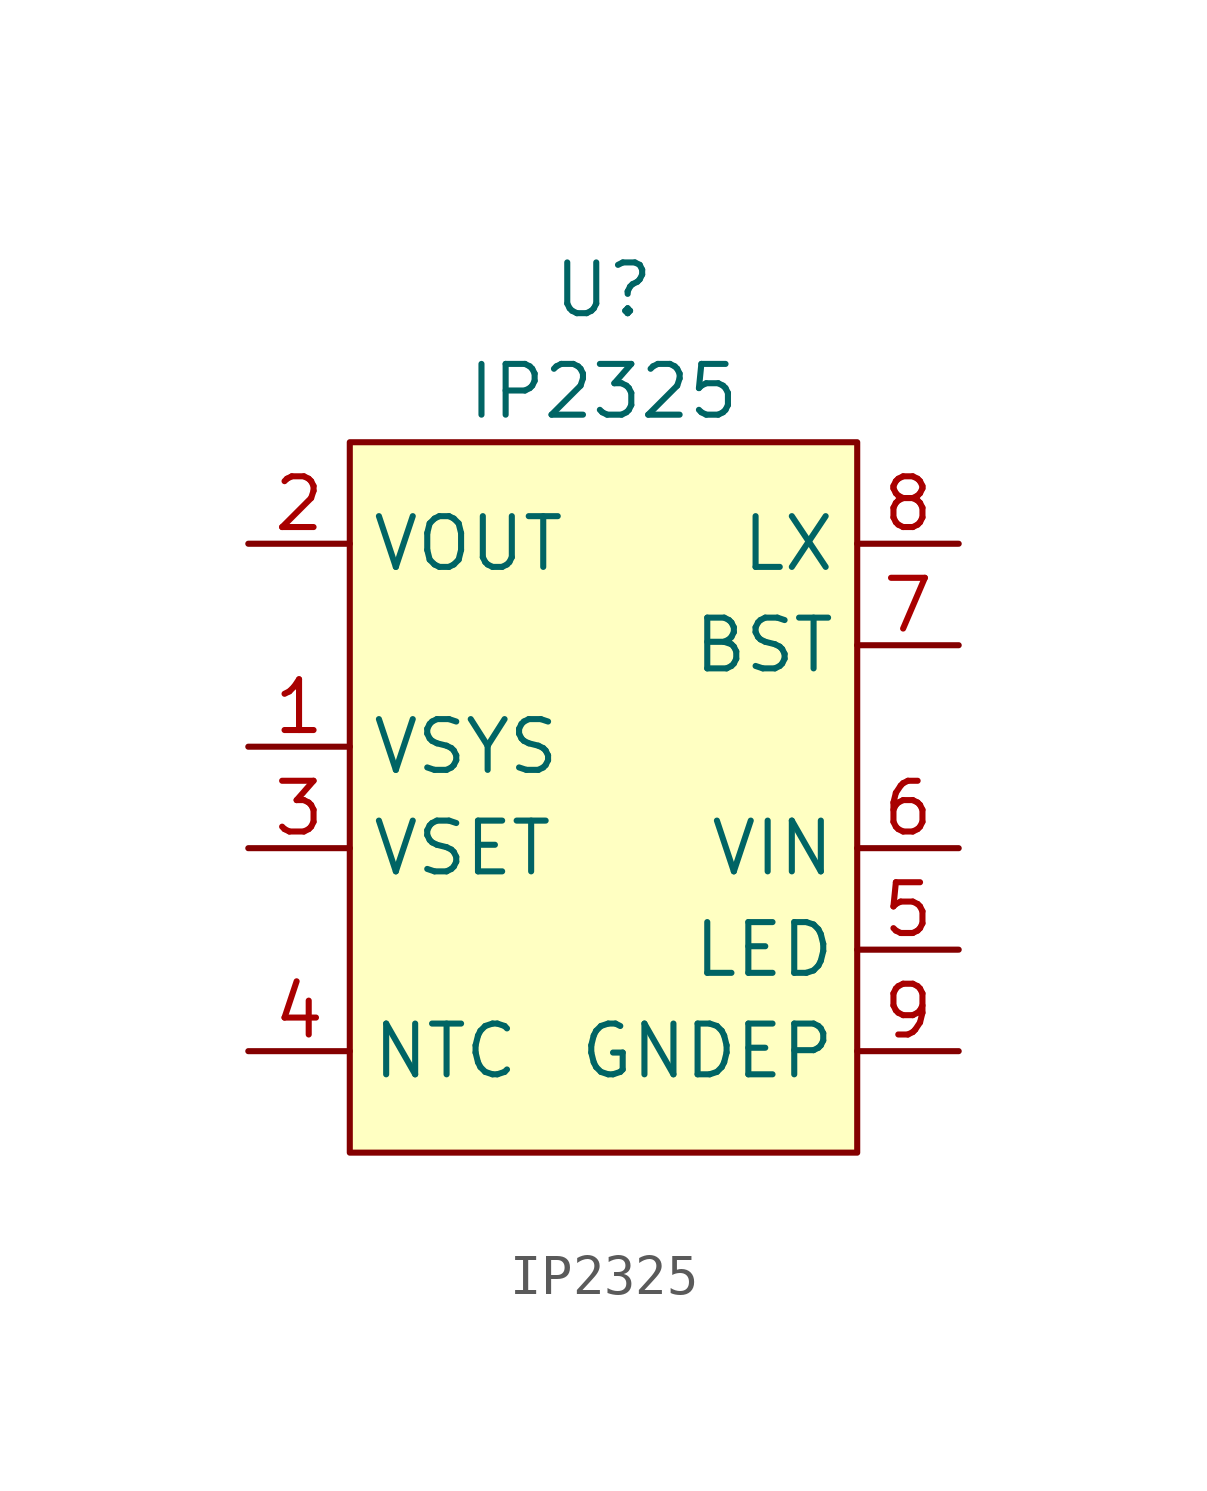
<source format=kicad_sym>
(kicad_symbol_lib
  (version 20220914)
  (generator kicad_symbol_editor)
  (symbol "IP2325"
    (property "Reference" "U"
      (at 0 12.7 0)
      (effects (font (size 1.27 1.27))))
    (property "Value" "IP2325"
      (at 0 10.16 0)
      (effects (font (size 1.27 1.27))))
    (symbol "IP2325_1_1"
      (rectangle (start -6.35 8.89) (end 6.35 -8.89) (stroke (width 0) (type default)) (fill (type background)))
      (pin bidirectional line (at -8.89 1.27 0) (length 2.54) (name "VSYS" (effects (font (size 1.27 1.27)))) (number "1" (effects (font (size 1.27 1.27)))))
      (pin bidirectional line (at -8.89 6.35 0) (length 2.54) (name "VOUT" (effects (font (size 1.27 1.27)))) (number "2" (effects (font (size 1.27 1.27)))))
      (pin bidirectional line (at -8.89 -1.27 0) (length 2.54) (name "VSET" (effects (font (size 1.27 1.27)))) (number "3" (effects (font (size 1.27 1.27)))))
      (pin bidirectional line (at -8.89 -6.35 0) (length 2.54) (name "NTC" (effects (font (size 1.27 1.27)))) (number "4" (effects (font (size 1.27 1.27)))))
      (pin bidirectional line (at 8.89 -3.81 180) (length 2.54) (name "LED" (effects (font (size 1.27 1.27)))) (number "5" (effects (font (size 1.27 1.27)))))
      (pin bidirectional line (at 8.89 -1.27 180) (length 2.54) (name "VIN" (effects (font (size 1.27 1.27)))) (number "6" (effects (font (size 1.27 1.27)))))
      (pin bidirectional line (at 8.89 3.81 180) (length 2.54) (name "BST" (effects (font (size 1.27 1.27)))) (number "7" (effects (font (size 1.27 1.27)))))
      (pin bidirectional line (at 8.89 6.35 180) (length 2.54) (name "LX" (effects (font (size 1.27 1.27)))) (number "8" (effects (font (size 1.27 1.27)))))
      (pin bidirectional line (at 8.89 -6.35 180) (length 2.54) (name "GNDEP" (effects (font (size 1.27 1.27)))) (number "9" (effects (font (size 1.27 1.27))))))))
</source>
